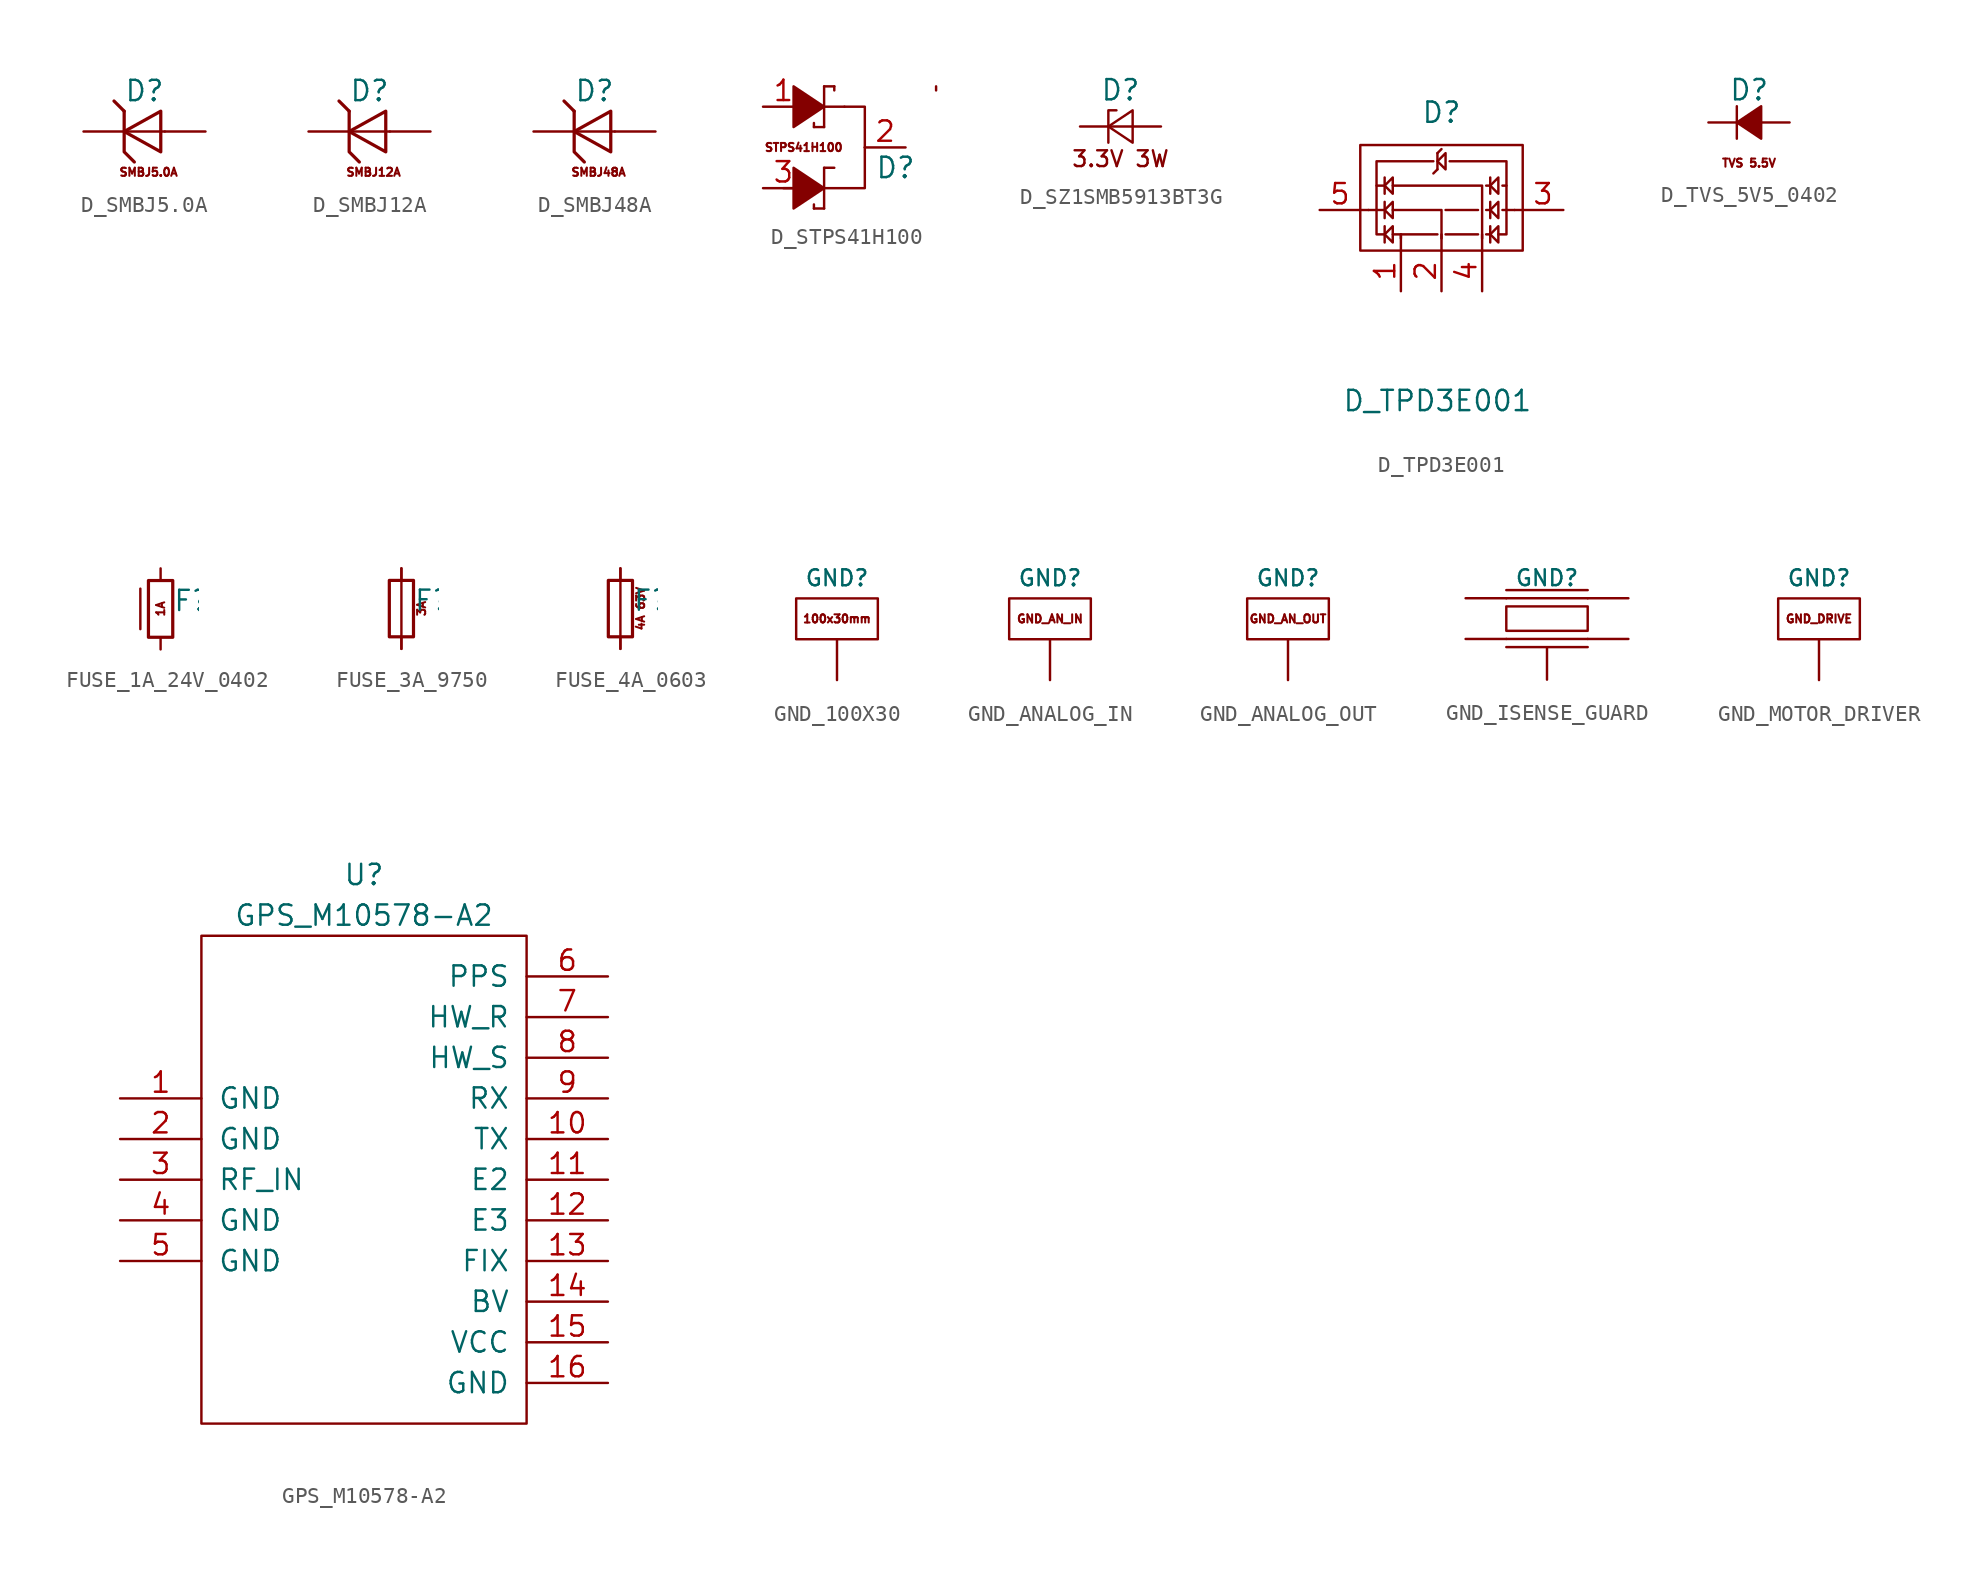
<source format=kicad_sym>
(kicad_symbol_lib
  (version 20211014)
  (generator kicad_symbol_editor)
  (symbol "D_SMBJ5.0A"
    (pin_numbers hide)
    (pin_names
      (offset 1.016) hide)
    (property "Reference" "D"
      (at 0 2.54 0)
      (effects (font (size 1.27 1.27))))
    (symbol "D_SMBJ5.0A_0_0"
      (text "SMBJ5.0A" (at 0.254 -2.54 0) (effects (font (size 0.508 0.508)))))
    (symbol "D_SMBJ5.0A_0_1"
      (polyline (pts (xy -1.27 1.27) (xy -1.905 1.905)) (stroke (width 0.203) (type default) (color 0 0 0 0)) (fill (type none)))
      (polyline (pts (xy 1.27 0) (xy -1.27 0)) (stroke (width 0) (type default) (color 0 0 0 0)) (fill (type none)))
      (polyline (pts (xy -1.27 1.27) (xy -1.27 -1.27) (xy -0.635 -1.905)) (stroke (width 0.203) (type default) (color 0 0 0 0)) (fill (type none)))
      (polyline (pts (xy -1.27 0) (xy 1.016 1.27) (xy 1.016 -1.27) (xy -1.27 0)) (stroke (width 0.203) (type default) (color 0 0 0 0)) (fill (type none))))
    (symbol "D_SMBJ5.0A_1_1"
      (pin passive line (at -3.81 0 0) (length 2.54) (name "K" (effects (font (size 1.27 1.27)))) (number "1" (effects (font (size 1.27 1.27)))))
      (pin passive line (at 3.81 0 180) (length 2.54) (name "A" (effects (font (size 1.27 1.27)))) (number "2" (effects (font (size 1.27 1.27)))))))
  (symbol "D_SMBJ12A"
    (pin_numbers hide)
    (pin_names
      (offset 1.016) hide)
    (property "Reference" "D"
      (at 0 2.54 0)
      (effects (font (size 1.27 1.27))))
    (symbol "D_SMBJ12A_0_0"
      (text "SMBJ12A" (at 0.254 -2.54 0) (effects (font (size 0.508 0.508)))))
    (symbol "D_SMBJ12A_0_1"
      (polyline (pts (xy -1.27 1.27) (xy -1.905 1.905)) (stroke (width 0.203) (type default) (color 0 0 0 0)) (fill (type none)))
      (polyline (pts (xy 1.27 0) (xy -1.27 0)) (stroke (width 0) (type default) (color 0 0 0 0)) (fill (type none)))
      (polyline (pts (xy -1.27 1.27) (xy -1.27 -1.27) (xy -0.635 -1.905)) (stroke (width 0.203) (type default) (color 0 0 0 0)) (fill (type none)))
      (polyline (pts (xy -1.27 0) (xy 1.016 1.27) (xy 1.016 -1.27) (xy -1.27 0)) (stroke (width 0.203) (type default) (color 0 0 0 0)) (fill (type none))))
    (symbol "D_SMBJ12A_1_1"
      (pin passive line (at -3.81 0 0) (length 2.54) (name "K" (effects (font (size 1.27 1.27)))) (number "1" (effects (font (size 1.27 1.27)))))
      (pin passive line (at 3.81 0 180) (length 2.54) (name "A" (effects (font (size 1.27 1.27)))) (number "2" (effects (font (size 1.27 1.27)))))))
  (symbol "D_SMBJ48A"
    (pin_numbers hide)
    (pin_names
      (offset 1.016) hide)
    (property "Reference" "D"
      (at 0 2.54 0)
      (effects (font (size 1.27 1.27))))
    (symbol "D_SMBJ48A_0_0"
      (text "SMBJ48A" (at 0.254 -2.54 0) (effects (font (size 0.508 0.508)))))
    (symbol "D_SMBJ48A_0_1"
      (polyline (pts (xy -1.27 1.27) (xy -1.905 1.905)) (stroke (width 0.203) (type default) (color 0 0 0 0)) (fill (type none)))
      (polyline (pts (xy 1.27 0) (xy -1.27 0)) (stroke (width 0) (type default) (color 0 0 0 0)) (fill (type none)))
      (polyline (pts (xy -1.27 1.27) (xy -1.27 -1.27) (xy -0.635 -1.905)) (stroke (width 0.203) (type default) (color 0 0 0 0)) (fill (type none)))
      (polyline (pts (xy -1.27 0) (xy 1.016 1.27) (xy 1.016 -1.27) (xy -1.27 0)) (stroke (width 0.203) (type default) (color 0 0 0 0)) (fill (type none))))
    (symbol "D_SMBJ48A_1_1"
      (pin passive line (at -3.81 0 0) (length 2.54) (name "K" (effects (font (size 1.27 1.27)))) (number "1" (effects (font (size 1.27 1.27)))))
      (pin passive line (at 3.81 0 180) (length 2.54) (name "A" (effects (font (size 1.27 1.27)))) (number "2" (effects (font (size 1.27 1.27)))))))
  (symbol "D_STPS41H100"
    (pin_names
      (offset 1.016))
    (property "Reference" "D"
      (at 1.905 -1.27 0)
      (effects (font (size 1.27 1.27)) (justify left)))
    (symbol "D_STPS41H100_0_0"
      (text "STPS41H100" (at -2.54 0 0) (effects (font (size 0.508 0.508)))))
    (symbol "D_STPS41H100_0_1"
      (polyline (pts (xy -3.81 -2.54) (xy -1.27 -2.54)) (stroke (width 0) (type default) (color 0 0 0 0)) (fill (type none)))
      (polyline (pts (xy -2.54 2.54) (xy 0 2.54)) (stroke (width 0) (type default) (color 0 0 0 0)) (fill (type none)))
      (polyline (pts (xy -1.905 -3.81) (xy -1.905 -3.556)) (stroke (width 0) (type default) (color 0 0 0 0)) (fill (type none)))
      (polyline (pts (xy -1.905 1.27) (xy -1.905 1.524)) (stroke (width 0) (type default) (color 0 0 0 0)) (fill (type none)))
      (polyline (pts (xy -1.27 -3.81) (xy -1.905 -3.81)) (stroke (width 0) (type default) (color 0 0 0 0)) (fill (type none)))
      (polyline (pts (xy -1.27 -3.81) (xy -1.27 -1.27)) (stroke (width 0) (type default) (color 0 0 0 0)) (fill (type none)))
      (polyline (pts (xy -1.27 -1.27) (xy -0.635 -1.27)) (stroke (width 0) (type default) (color 0 0 0 0)) (fill (type none)))
      (polyline (pts (xy -1.27 1.27) (xy -1.905 1.27)) (stroke (width 0) (type default) (color 0 0 0 0)) (fill (type none)))
      (polyline (pts (xy -1.27 1.27) (xy -1.27 3.81)) (stroke (width 0) (type default) (color 0 0 0 0)) (fill (type none)))
      (polyline (pts (xy -1.27 3.81) (xy -0.635 3.81)) (stroke (width 0) (type default) (color 0 0 0 0)) (fill (type none)))
      (polyline (pts (xy -0.635 3.81) (xy -0.635 3.556)) (stroke (width 0) (type default) (color 0 0 0 0)) (fill (type none)))
      (polyline (pts (xy 5.715 3.81) (xy 5.715 3.556)) (stroke (width 0) (type default) (color 0 0 0 0)) (fill (type none)))
      (polyline (pts (xy 1.27 0) (xy 1.27 -2.54) (xy -1.27 -2.54)) (stroke (width 0) (type default) (color 0 0 0 0)) (fill (type none)))
      (polyline (pts (xy 1.27 0) (xy 1.27 2.54) (xy 0 2.54)) (stroke (width 0) (type default) (color 0 0 0 0)) (fill (type none)))
      (polyline (pts (xy -3.175 -1.27) (xy -3.175 -3.81) (xy -1.27 -2.54) (xy -3.175 -1.27)) (stroke (width 0) (type default) (color 0 0 0 0)) (fill (type outline)))
      (polyline (pts (xy -3.175 3.81) (xy -3.175 1.27) (xy -1.27 2.54) (xy -3.175 3.81)) (stroke (width 0) (type default) (color 0 0 0 0)) (fill (type outline))))
    (symbol "D_STPS41H100_1_1"
      (pin passive line (at -5.08 2.54 0) (length 2.54) (name "~" (effects (font (size 1.27 1.27)))) (number "1" (effects (font (size 1.27 1.27)))))
      (pin passive line (at 3.81 0 180) (length 2.54) (name "~" (effects (font (size 1.27 1.27)))) (number "2" (effects (font (size 1.27 1.27)))))
      (pin passive line (at -5.08 -2.54 0) (length 2.54) (name "~" (effects (font (size 1.27 1.27)))) (number "3" (effects (font (size 1.27 1.27)))))))
  (symbol "D_SZ1SMB5913BT3G"
    (pin_numbers hide)
    (pin_names
      (offset 0.254) hide)
    (property "Reference" "D"
      (at 0 2.286 0)
      (effects (font (size 1.27 1.27))))
    (symbol "D_SZ1SMB5913BT3G_0_0"
      (text "3.3V 3W" (at 0 -2.032 0) (effects (font (size 0.991 0.991)))))
    (symbol "D_SZ1SMB5913BT3G_0_1"
      (polyline (pts (xy 0.762 0) (xy -0.762 0)) (stroke (width 0) (type default) (color 0 0 0 0)) (fill (type none)))
      (polyline (pts (xy -0.254 1.016) (xy -0.762 1.016) (xy -0.762 -1.016)) (stroke (width 0) (type default) (color 0 0 0 0)) (fill (type none)))
      (polyline (pts (xy 0.762 1.016) (xy -0.762 0) (xy 0.762 -1.016) (xy 0.762 1.016)) (stroke (width 0) (type default) (color 0 0 0 0)) (fill (type none))))
    (symbol "D_SZ1SMB5913BT3G_1_1"
      (pin passive line (at -2.54 0 0) (length 1.778) (name "K" (effects (font (size 1.27 1.27)))) (number "1" (effects (font (size 1.27 1.27)))))
      (pin passive line (at 2.54 0 180) (length 1.778) (name "A" (effects (font (size 1.27 1.27)))) (number "2" (effects (font (size 1.27 1.27)))))))
  (symbol "D_TPD3E001"
    (pin_names
      (offset 1.016))
    (property "Reference" "D"
      (at 0 6.096 0)
      (effects (font (size 1.27 1.27))))
    (property "Value" "D_TPD3E001"
      (at -0.254 -11.938 0)
      (effects (font (size 1.27 1.27))))
    (symbol "D_TPD3E001_0_1"
      (rectangle (start -5.08 4.064) (end 5.08 -2.54) (stroke (width 0) (type default) (color 0 0 0 0)) (fill (type none)))
      (polyline (pts (xy -5.08 0) (xy -4.572 0)) (stroke (width 0) (type default) (color 0 0 0 0)) (fill (type none)))
      (polyline (pts (xy -3.556 -1.016) (xy -3.556 -2.032)) (stroke (width 0) (type default) (color 0 0 0 0)) (fill (type none)))
      (polyline (pts (xy -3.556 0) (xy -4.572 0)) (stroke (width 0) (type default) (color 0 0 0 0)) (fill (type none)))
      (polyline (pts (xy -3.556 0.508) (xy -3.556 -0.508)) (stroke (width 0) (type default) (color 0 0 0 0)) (fill (type none)))
      (polyline (pts (xy -3.556 2.032) (xy -3.556 1.016)) (stroke (width 0) (type default) (color 0 0 0 0)) (fill (type none)))
      (polyline (pts (xy -2.54 -2.54) (xy -2.54 -1.524)) (stroke (width 0) (type default) (color 0 0 0 0)) (fill (type none)))
      (polyline (pts (xy -2.54 -1.524) (xy -0.254 -1.524)) (stroke (width 0) (type default) (color 0 0 0 0)) (fill (type none)))
      (polyline (pts (xy -0.254 2.54) (xy -0.508 2.286)) (stroke (width 0) (type default) (color 0 0 0 0)) (fill (type none)))
      (polyline (pts (xy -0.254 3.556) (xy -0.254 2.54)) (stroke (width 0) (type default) (color 0 0 0 0)) (fill (type none)))
      (polyline (pts (xy -0.254 3.556) (xy 0 3.81)) (stroke (width 0) (type default) (color 0 0 0 0)) (fill (type none)))
      (polyline (pts (xy 0 -2.54) (xy 0 -1.524)) (stroke (width 0) (type default) (color 0 0 0 0)) (fill (type none)))
      (polyline (pts (xy 0.254 -1.524) (xy 2.286 -1.524)) (stroke (width 0) (type default) (color 0 0 0 0)) (fill (type none)))
      (polyline (pts (xy 0.254 0) (xy 2.286 0)) (stroke (width 0) (type default) (color 0 0 0 0)) (fill (type none)))
      (polyline (pts (xy 2.54 -2.54) (xy 2.54 -1.524)) (stroke (width 0) (type default) (color 0 0 0 0)) (fill (type none)))
      (polyline (pts (xy 2.794 -1.524) (xy 3.048 -1.524)) (stroke (width 0) (type default) (color 0 0 0 0)) (fill (type none)))
      (polyline (pts (xy 2.794 0) (xy 3.048 0)) (stroke (width 0) (type default) (color 0 0 0 0)) (fill (type none)))
      (polyline (pts (xy 2.794 1.524) (xy 3.048 1.524)) (stroke (width 0) (type default) (color 0 0 0 0)) (fill (type none)))
      (polyline (pts (xy 3.048 -1.016) (xy 3.048 -2.032)) (stroke (width 0) (type default) (color 0 0 0 0)) (fill (type none)))
      (polyline (pts (xy 3.048 -0.508) (xy 3.048 0.508)) (stroke (width 0) (type default) (color 0 0 0 0)) (fill (type none)))
      (polyline (pts (xy 3.048 1.016) (xy 3.048 2.032)) (stroke (width 0) (type default) (color 0 0 0 0)) (fill (type none)))
      (polyline (pts (xy 3.81 0) (xy 4.572 0)) (stroke (width 0) (type default) (color 0 0 0 0)) (fill (type none)))
      (polyline (pts (xy 4.572 0) (xy 5.08 0)) (stroke (width 0) (type default) (color 0 0 0 0)) (fill (type none)))
      (polyline (pts (xy -3.048 -1.524) (xy -2.54 -1.524) (xy -2.54 -1.778)) (stroke (width 0) (type default) (color 0 0 0 0)) (fill (type none)))
      (polyline (pts (xy -3.048 0) (xy 0 0) (xy 0 -1.778)) (stroke (width 0) (type default) (color 0 0 0 0)) (fill (type none)))
      (polyline (pts (xy -3.048 1.524) (xy 2.54 1.524) (xy 2.54 -1.778)) (stroke (width 0) (type default) (color 0 0 0 0)) (fill (type none)))
      (polyline (pts (xy -0.508 3.048) (xy -4.064 3.048) (xy -4.064 1.524)) (stroke (width 0) (type default) (color 0 0 0 0)) (fill (type none)))
      (polyline (pts (xy 0.508 3.048) (xy 4.064 3.048) (xy 4.064 1.524)) (stroke (width 0) (type default) (color 0 0 0 0)) (fill (type none)))
      (polyline (pts (xy -3.556 -1.524) (xy -4.064 -1.524) (xy -4.064 1.524) (xy -3.556 1.524)) (stroke (width 0) (type default) (color 0 0 0 0)) (fill (type none)))
      (polyline (pts (xy -3.048 -1.016) (xy -3.556 -1.524) (xy -3.048 -2.032) (xy -3.048 -1.016)) (stroke (width 0) (type default) (color 0 0 0 0)) (fill (type none)))
      (polyline (pts (xy -3.048 -0.508) (xy -3.556 0) (xy -3.048 0.508) (xy -3.048 -0.508)) (stroke (width 0) (type default) (color 0 0 0 0)) (fill (type none)))
      (polyline (pts (xy -3.048 1.016) (xy -3.556 1.524) (xy -3.048 2.032) (xy -3.048 1.016)) (stroke (width 0) (type default) (color 0 0 0 0)) (fill (type none)))
      (polyline (pts (xy -0.254 3.048) (xy 0.254 2.54) (xy 0.254 3.556) (xy -0.254 3.048)) (stroke (width 0) (type default) (color 0 0 0 0)) (fill (type none)))
      (polyline (pts (xy 3.048 -1.524) (xy 3.556 -1.016) (xy 3.556 -2.032) (xy 3.048 -1.524)) (stroke (width 0) (type default) (color 0 0 0 0)) (fill (type none)))
      (polyline (pts (xy 3.048 0) (xy 3.556 0.508) (xy 3.556 -0.508) (xy 3.048 0)) (stroke (width 0) (type default) (color 0 0 0 0)) (fill (type none)))
      (polyline (pts (xy 3.048 1.524) (xy 3.556 2.032) (xy 3.556 1.016) (xy 3.048 1.524)) (stroke (width 0) (type default) (color 0 0 0 0)) (fill (type none)))
      (polyline (pts (xy 3.556 -1.524) (xy 4.064 -1.524) (xy 4.064 1.524) (xy 3.81 1.524)) (stroke (width 0) (type default) (color 0 0 0 0)) (fill (type none))))
    (symbol "D_TPD3E001_1_1"
      (pin passive line (at -2.54 -5.08 90) (length 2.54) (name "~" (effects (font (size 1.27 1.27)))) (number "1" (effects (font (size 1.27 1.27)))))
      (pin passive line (at 0 -5.08 90) (length 2.54) (name "~" (effects (font (size 1.27 1.27)))) (number "2" (effects (font (size 1.27 1.27)))))
      (pin passive line (at 7.62 0 180) (length 2.54) (name "~" (effects (font (size 1.27 1.27)))) (number "3" (effects (font (size 1.27 1.27)))))
      (pin passive line (at 2.54 -5.08 90) (length 2.54) (name "~" (effects (font (size 1.27 1.27)))) (number "4" (effects (font (size 1.27 1.27)))))
      (pin passive line (at -7.62 0 0) (length 2.54) (name "~" (effects (font (size 1.27 1.27)))) (number "5" (effects (font (size 1.27 1.27)))))))
  (symbol "D_TVS_5V5_0402"
    (pin_numbers hide)
    (pin_names
      (offset 0.254) hide)
    (property "Reference" "D"
      (at -1.27 2.032 0)
      (effects (font (size 1.27 1.27)) (justify left)))
    (symbol "D_TVS_5V5_0402_0_0"
      (text "TVS 5.5V" (at 0 -2.54 0) (effects (font (size 0.508 0.508)))))
    (symbol "D_TVS_5V5_0402_0_1"
      (polyline (pts (xy -0.762 -1.016) (xy -0.762 1.016)) (stroke (width 0) (type default) (color 0 0 0 0)) (fill (type none)))
      (polyline (pts (xy -0.762 0) (xy 0.762 0)) (stroke (width 0) (type default) (color 0 0 0 0)) (fill (type none)))
      (polyline (pts (xy 0.762 -1.016) (xy -0.762 0) (xy 0.762 1.016) (xy 0.762 -1.016)) (stroke (width 0) (type default) (color 0 0 0 0)) (fill (type outline))))
    (symbol "D_TVS_5V5_0402_1_1"
      (pin passive line (at -2.54 0 0) (length 1.778) (name "K" (effects (font (size 1.27 1.27)))) (number "1" (effects (font (size 1.27 1.27)))))
      (pin passive line (at 2.54 0 180) (length 1.778) (name "A" (effects (font (size 1.27 1.27)))) (number "2" (effects (font (size 1.27 1.27)))))))
  (symbol "FUSE_1A_24V_0402"
    (pin_numbers hide)
    (pin_names
      (offset 0.254) hide)
    (property "Reference" "F"
      (at 0.762 0.508 0)
      (effects (font (size 1.27 1.27)) (justify left)))
    (symbol "FUSE_1A_24V_0402_0_0"
      (polyline (pts (xy -1.27 1.27) (xy -1.27 -1.27)) (stroke (width 0) (type default) (color 0 0 0 0)) (fill (type none)))
      (text "1A" (at 0 0 900) (effects (font (size 0.508 0.508)))))
    (symbol "FUSE_1A_24V_0402_0_1"
      (rectangle (start -0.762 1.778) (end 0.762 -1.778) (stroke (width 0.203) (type default) (color 0 0 0 0)) (fill (type none))))
    (symbol "FUSE_1A_24V_0402_1_1"
      (pin passive line (at 0 2.54 270) (length 0.762) (name "~" (effects (font (size 1.27 1.27)))) (number "1" (effects (font (size 1.27 1.27)))))
      (pin passive line (at 0 -2.54 90) (length 0.762) (name "~" (effects (font (size 1.27 1.27)))) (number "2" (effects (font (size 1.27 1.27)))))))
  (symbol "FUSE_3A_9750"
    (pin_numbers hide)
    (pin_names
      (offset 0.254) hide)
    (property "Reference" "F"
      (at 0.762 0.508 0)
      (effects (font (size 1.27 1.27)) (justify left)))
    (symbol "FUSE_3A_9750_0_0"
      (text "3A" (at 1.27 0 900) (effects (font (size 0.508 0.508)))))
    (symbol "FUSE_3A_9750_0_1"
      (rectangle (start -0.762 1.778) (end 0.762 -1.778) (stroke (width 0.203) (type default) (color 0 0 0 0)) (fill (type none)))
      (polyline (pts (xy 0 2.54) (xy 0 -2.54)) (stroke (width 0) (type default) (color 0 0 0 0)) (fill (type none))))
    (symbol "FUSE_3A_9750_1_1"
      (pin passive line (at 0 2.54 270) (length 0.762) (name "~" (effects (font (size 1.27 1.27)))) (number "1" (effects (font (size 1.27 1.27)))))
      (pin passive line (at 0 -2.54 90) (length 0.762) (name "~" (effects (font (size 1.27 1.27)))) (number "2" (effects (font (size 1.27 1.27)))))))
  (symbol "FUSE_4A_0603"
    (pin_numbers hide)
    (pin_names
      (offset 0.254) hide)
    (property "Reference" "F"
      (at 0.762 0.508 0)
      (effects (font (size 1.27 1.27)) (justify left)))
    (symbol "FUSE_4A_0603_0_0"
      (text "4A 63V" (at 1.27 0 900) (effects (font (size 0.508 0.508)))))
    (symbol "FUSE_4A_0603_0_1"
      (rectangle (start -0.762 1.778) (end 0.762 -1.778) (stroke (width 0.203) (type default) (color 0 0 0 0)) (fill (type none)))
      (polyline (pts (xy 0 2.54) (xy 0 -2.54)) (stroke (width 0) (type default) (color 0 0 0 0)) (fill (type none))))
    (symbol "FUSE_4A_0603_1_1"
      (pin passive line (at 0 2.54 270) (length 0.762) (name "~" (effects (font (size 1.27 1.27)))) (number "1" (effects (font (size 1.27 1.27)))))
      (pin passive line (at 0 -2.54 90) (length 0.762) (name "~" (effects (font (size 1.27 1.27)))) (number "2" (effects (font (size 1.27 1.27)))))))
  (symbol "GND_100X30"
    (pin_numbers hide)
    (pin_names
      (offset 1.016) hide)
    (property "Reference" "GND"
      (at 0 6.35 0)
      (effects (font (size 0.991 0.991))))
    (symbol "GND_100X30_0_0"
      (text "100x30mm" (at 0 3.81 0) (effects (font (size 0.508 0.508)))))
    (symbol "GND_100X30_0_1"
      (rectangle (start -2.54 5.08) (end 2.54 2.54) (stroke (width 0) (type default) (color 0 0 0 0)) (fill (type none))))
    (symbol "GND_100X30_1_1"
      (pin passive line (at 0 0 90) (length 2.54) (name "GND" (effects (font (size 1.27 1.27)))) (number "1" (effects (font (size 1.27 1.27)))))))
  (symbol "GND_ANALOG_IN"
    (pin_numbers hide)
    (pin_names
      (offset 1.016) hide)
    (property "Reference" "GND"
      (at 0 6.35 0)
      (effects (font (size 0.991 0.991))))
    (symbol "GND_ANALOG_IN_0_0"
      (text "GND_AN_IN" (at 0 3.81 0) (effects (font (size 0.508 0.508)))))
    (symbol "GND_ANALOG_IN_0_1"
      (rectangle (start -2.54 5.08) (end 2.54 2.54) (stroke (width 0) (type default) (color 0 0 0 0)) (fill (type none))))
    (symbol "GND_ANALOG_IN_1_1"
      (pin passive line (at 0 0 90) (length 2.54) (name "GND" (effects (font (size 1.27 1.27)))) (number "1" (effects (font (size 1.27 1.27)))))))
  (symbol "GND_ANALOG_OUT"
    (pin_numbers hide)
    (pin_names
      (offset 1.016) hide)
    (property "Reference" "GND"
      (at 0 6.35 0)
      (effects (font (size 0.991 0.991))))
    (symbol "GND_ANALOG_OUT_0_0"
      (text "GND_AN_OUT" (at 0 3.81 0) (effects (font (size 0.508 0.508)))))
    (symbol "GND_ANALOG_OUT_0_1"
      (rectangle (start -2.54 5.08) (end 2.54 2.54) (stroke (width 0) (type default) (color 0 0 0 0)) (fill (type none))))
    (symbol "GND_ANALOG_OUT_1_1"
      (pin passive line (at 0 0 90) (length 2.54) (name "GND" (effects (font (size 1.27 1.27)))) (number "1" (effects (font (size 1.27 1.27)))))))
  (symbol "GND_ISENSE_GUARD"
    (pin_numbers hide)
    (pin_names
      (offset 1.016) hide)
    (property "Reference" "GND"
      (at 0 6.35 0)
      (effects (font (size 0.991 0.991))))
    (symbol "GND_ISENSE_GUARD_0_1"
      (polyline (pts (xy -2.54 2.032) (xy 2.54 2.032)) (stroke (width 0) (type default) (color 0 0 0 0)) (fill (type none)))
      (polyline (pts (xy -2.54 5.08) (xy 2.54 5.08)) (stroke (width 0) (type default) (color 0 0 0 0)) (fill (type none)))
      (polyline (pts (xy -2.54 5.588) (xy 2.54 5.588)) (stroke (width 0) (type default) (color 0 0 0 0)) (fill (type none)))
      (polyline (pts (xy 2.54 2.54) (xy -2.54 2.54)) (stroke (width 0) (type default) (color 0 0 0 0)) (fill (type none)))
      (polyline (pts (xy -2.54 3.048) (xy 2.54 3.048) (xy 2.54 4.572) (xy -2.54 4.572) (xy -2.54 3.048)) (stroke (width 0) (type default) (color 0 0 0 0)) (fill (type none))))
    (symbol "GND_ISENSE_GUARD_1_1"
      (pin passive line (at 0 0 90) (length 2.007) (name "GND" (effects (font (size 1.27 1.27)))) (number "1" (effects (font (size 1.27 1.27)))))
      (pin passive line (at -5.08 5.08 0) (length 2.54) (name "S1" (effects (font (size 1.27 1.27)))) (number "2" (effects (font (size 1.27 1.27)))))
      (pin passive line (at 5.08 5.08 180) (length 2.54) (name "S1" (effects (font (size 1.27 1.27)))) (number "2" (effects (font (size 1.27 1.27)))))
      (pin passive line (at -5.08 2.54 0) (length 2.54) (name "S2" (effects (font (size 1.27 1.27)))) (number "3" (effects (font (size 1.27 1.27)))))
      (pin passive line (at 5.08 2.54 180) (length 2.54) (name "S2" (effects (font (size 1.27 1.27)))) (number "3" (effects (font (size 1.27 1.27)))))))
  (symbol "GND_MOTOR_DRIVER"
    (pin_numbers hide)
    (pin_names
      (offset 1.016) hide)
    (property "Reference" "GND"
      (at 0 6.35 0)
      (effects (font (size 0.991 0.991))))
    (symbol "GND_MOTOR_DRIVER_0_0"
      (text "GND_DRIVE" (at 0 3.81 0) (effects (font (size 0.508 0.508)))))
    (symbol "GND_MOTOR_DRIVER_0_1"
      (rectangle (start -2.54 5.08) (end 2.54 2.54) (stroke (width 0) (type default) (color 0 0 0 0)) (fill (type none))))
    (symbol "GND_MOTOR_DRIVER_1_1"
      (pin passive line (at 0 0 90) (length 2.54) (name "GND" (effects (font (size 1.27 1.27)))) (number "1" (effects (font (size 1.27 1.27)))))))
  (symbol "GPS_M10578-A2"
    (pin_names
      (offset 1.016))
    (property "Reference" "U"
      (at 0 19.05 0)
      (effects (font (size 1.27 1.27))))
    (property "Value" "GPS_M10578-A2"
      (at 0 16.51 0)
      (effects (font (size 1.27 1.27))))
    (symbol "GPS_M10578-A2_0_1"
      (rectangle (start -10.16 15.24) (end 10.16 -15.24) (stroke (width 0) (type default) (color 0 0 0 0)) (fill (type none))))
    (symbol "GPS_M10578-A2_1_1"
      (pin power_in line (at -15.24 5.08 0) (length 5.08) (name "GND" (effects (font (size 1.27 1.27)))) (number "1" (effects (font (size 1.27 1.27)))))
      (pin output line (at 15.24 2.54 180) (length 5.08) (name "TX" (effects (font (size 1.27 1.27)))) (number "10" (effects (font (size 1.27 1.27)))))
      (pin input line (at 15.24 0 180) (length 5.08) (name "E2" (effects (font (size 1.27 1.27)))) (number "11" (effects (font (size 1.27 1.27)))))
      (pin input line (at 15.24 -2.54 180) (length 5.08) (name "E3" (effects (font (size 1.27 1.27)))) (number "12" (effects (font (size 1.27 1.27)))))
      (pin output line (at 15.24 -5.08 180) (length 5.08) (name "FIX" (effects (font (size 1.27 1.27)))) (number "13" (effects (font (size 1.27 1.27)))))
      (pin input line (at 15.24 -7.62 180) (length 5.08) (name "BV" (effects (font (size 1.27 1.27)))) (number "14" (effects (font (size 1.27 1.27)))))
      (pin power_in line (at 15.24 -10.16 180) (length 5.08) (name "VCC" (effects (font (size 1.27 1.27)))) (number "15" (effects (font (size 1.27 1.27)))))
      (pin power_in line (at 15.24 -12.7 180) (length 5.08) (name "GND" (effects (font (size 1.27 1.27)))) (number "16" (effects (font (size 1.27 1.27)))))
      (pin power_in line (at -15.24 2.54 0) (length 5.08) (name "GND" (effects (font (size 1.27 1.27)))) (number "2" (effects (font (size 1.27 1.27)))))
      (pin input line (at -15.24 0 0) (length 5.08) (name "RF_IN" (effects (font (size 1.27 1.27)))) (number "3" (effects (font (size 1.27 1.27)))))
      (pin power_in line (at -15.24 -2.54 0) (length 5.08) (name "GND" (effects (font (size 1.27 1.27)))) (number "4" (effects (font (size 1.27 1.27)))))
      (pin power_in line (at -15.24 -5.08 0) (length 5.08) (name "GND" (effects (font (size 1.27 1.27)))) (number "5" (effects (font (size 1.27 1.27)))))
      (pin output line (at 15.24 12.7 180) (length 5.08) (name "PPS" (effects (font (size 1.27 1.27)))) (number "6" (effects (font (size 1.27 1.27)))))
      (pin input line (at 15.24 10.16 180) (length 5.08) (name "HW_R" (effects (font (size 1.27 1.27)))) (number "7" (effects (font (size 1.27 1.27)))))
      (pin input line (at 15.24 7.62 180) (length 5.08) (name "HW_S" (effects (font (size 1.27 1.27)))) (number "8" (effects (font (size 1.27 1.27)))))
      (pin input line (at 15.24 5.08 180) (length 5.08) (name "RX" (effects (font (size 1.27 1.27)))) (number "9" (effects (font (size 1.27 1.27))))))))
</source>
